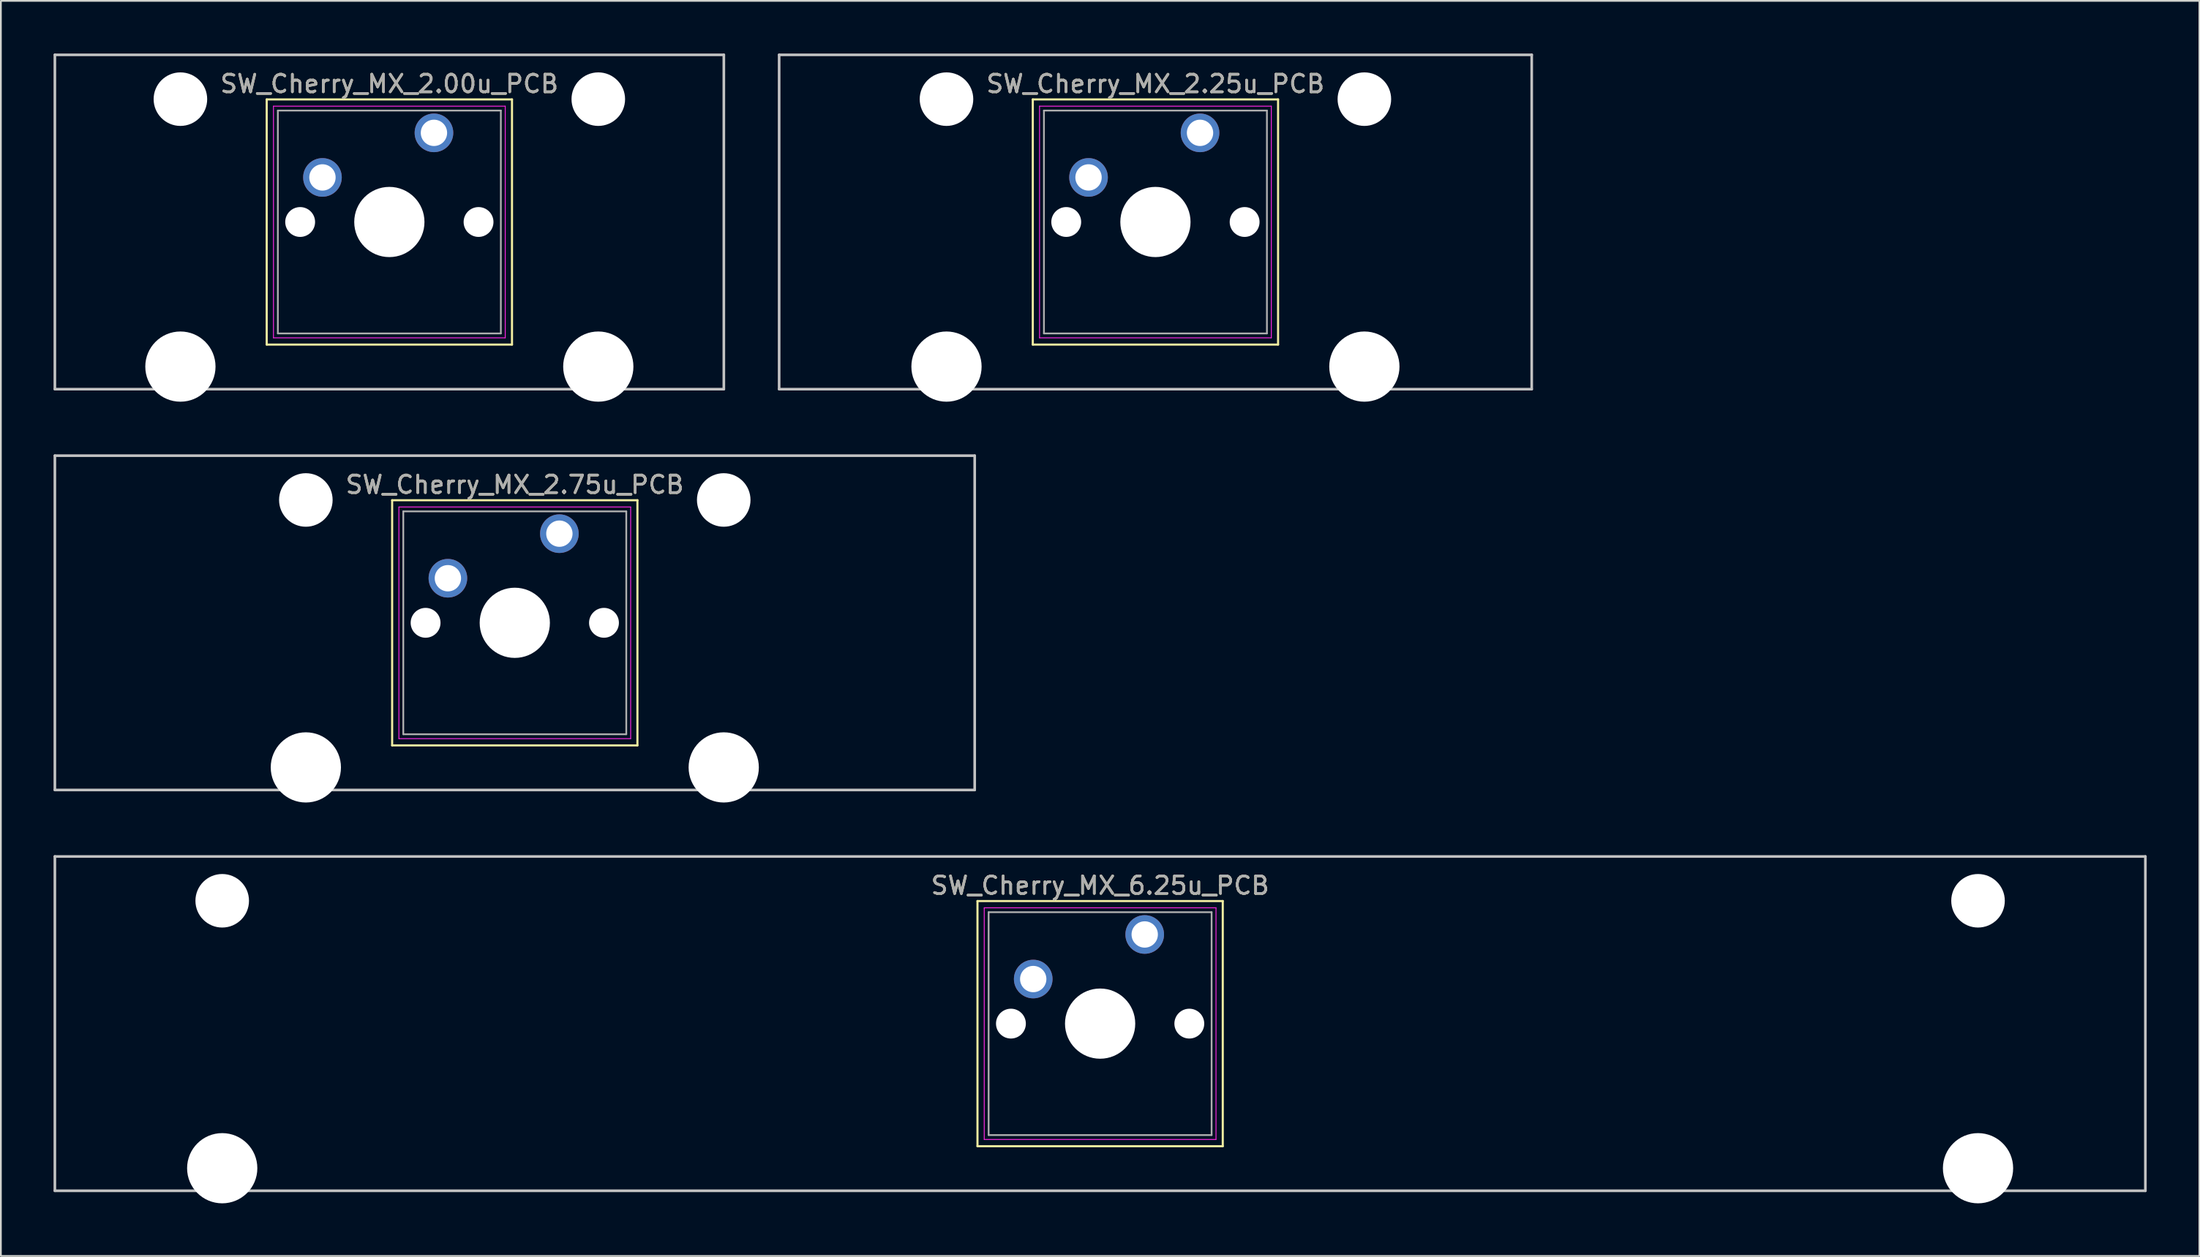
<source format=kicad_pcb>
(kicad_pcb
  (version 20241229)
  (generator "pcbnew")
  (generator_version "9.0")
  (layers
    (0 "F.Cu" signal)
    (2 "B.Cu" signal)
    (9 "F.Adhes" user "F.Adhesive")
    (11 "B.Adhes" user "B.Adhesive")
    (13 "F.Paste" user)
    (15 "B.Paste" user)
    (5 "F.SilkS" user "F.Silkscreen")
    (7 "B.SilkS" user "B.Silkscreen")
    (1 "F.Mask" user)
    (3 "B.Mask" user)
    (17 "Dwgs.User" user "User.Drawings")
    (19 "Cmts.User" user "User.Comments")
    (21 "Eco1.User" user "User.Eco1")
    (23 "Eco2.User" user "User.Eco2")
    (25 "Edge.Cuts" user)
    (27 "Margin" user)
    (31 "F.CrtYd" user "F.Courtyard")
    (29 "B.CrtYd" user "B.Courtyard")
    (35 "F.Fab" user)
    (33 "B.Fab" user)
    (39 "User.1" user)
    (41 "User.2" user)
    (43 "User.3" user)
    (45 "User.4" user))
  (footprint "SW_Cherry_MX_2.75u_PCB"
    (layer "F.Cu")
    (at 28.809 27.36)
    (property "Reference" "SW_Cherry_MX_2.75u_PCB" (at -2.54 -2.794 0) (layer "F.SilkS") (effects (font (size 1 1) (thickness 0.15))))
    (attr through_hole)
    (fp_line (start -9.525 -1.905) (end 4.445 -1.905) (stroke (width 0.12) (type solid)) (layer "F.SilkS"))
    (fp_line (start -9.525 12.065) (end -9.525 -1.905) (stroke (width 0.12) (type solid)) (layer "F.SilkS"))
    (fp_line (start 4.445 -1.905) (end 4.445 12.065) (stroke (width 0.12) (type solid)) (layer "F.SilkS"))
    (fp_line (start 4.445 12.065) (end -9.525 12.065) (stroke (width 0.12) (type solid)) (layer "F.SilkS"))
    (fp_line (start -28.734 -4.445) (end 23.654 -4.445) (stroke (width 0.15) (type solid)) (layer "Dwgs.User"))
    (fp_line (start -28.734 14.605) (end -28.734 -4.445) (stroke (width 0.15) (type solid)) (layer "Dwgs.User"))
    (fp_line (start 23.654 -4.445) (end 23.654 14.605) (stroke (width 0.15) (type solid)) (layer "Dwgs.User"))
    (fp_line (start 23.654 14.605) (end -28.734 14.605) (stroke (width 0.15) (type solid)) (layer "Dwgs.User"))
    (fp_line (start -9.14 -1.52) (end 4.06 -1.52) (stroke (width 0.05) (type solid)) (layer "F.CrtYd"))
    (fp_line (start -9.14 11.68) (end -9.14 -1.52) (stroke (width 0.05) (type solid)) (layer "F.CrtYd"))
    (fp_line (start 4.06 -1.52) (end 4.06 11.68) (stroke (width 0.05) (type solid)) (layer "F.CrtYd"))
    (fp_line (start 4.06 11.68) (end -9.14 11.68) (stroke (width 0.05) (type solid)) (layer "F.CrtYd"))
    (fp_line (start -8.89 -1.27) (end 3.81 -1.27) (stroke (width 0.1) (type solid)) (layer "F.Fab"))
    (fp_line (start -8.89 11.43) (end -8.89 -1.27) (stroke (width 0.1) (type solid)) (layer "F.Fab"))
    (fp_line (start 3.81 -1.27) (end 3.81 11.43) (stroke (width 0.1) (type solid)) (layer "F.Fab"))
    (fp_line (start 3.81 11.43) (end -8.89 11.43) (stroke (width 0.1) (type solid)) (layer "F.Fab"))
    (fp_text user "${REFERENCE}" (at -2.54 -2.794 0) (layer "F.Fab") (effects (font (size 1 1) (thickness 0.15))))
    (pad "" np_thru_hole circle (at -14.44 -1.92) (size 3.05 3.05) (drill 3.05) (layers "*.Cu" "*.Mask"))
    (pad "" np_thru_hole circle (at -14.44 13.32) (size 4 4) (drill 4) (layers "*.Cu" "*.Mask"))
    (pad "" np_thru_hole circle (at -7.62 5.08) (size 1.7 1.7) (drill 1.7) (layers "*.Cu" "*.Mask"))
    (pad "" np_thru_hole circle (at -2.54 5.08) (size 4 4) (drill 4) (layers "*.Cu" "*.Mask"))
    (pad "" np_thru_hole circle (at 2.54 5.08) (size 1.7 1.7) (drill 1.7) (layers "*.Cu" "*.Mask"))
    (pad "" np_thru_hole circle (at 9.36 -1.92) (size 3.05 3.05) (drill 3.05) (layers "*.Cu" "*.Mask"))
    (pad "" np_thru_hole circle (at 9.36 13.32) (size 4 4) (drill 4) (layers "*.Cu" "*.Mask"))
    (pad "1" thru_hole circle (at 0 0) (size 2.2 2.2) (drill 1.5) (layers "*.Cu" "*.Mask"))
    (pad "2" thru_hole circle (at -6.35 2.54) (size 2.2 2.2) (drill 1.5) (layers "*.Cu" "*.Mask")))
  (footprint "SW_Cherry_MX_6.25u_PCB"
    (layer "F.Cu")
    (at 62.146 50.2)
    (property "Reference" "SW_Cherry_MX_6.25u_PCB" (at -2.54 -2.794 0) (layer "F.SilkS") (effects (font (size 1 1) (thickness 0.15))))
    (attr through_hole)
    (fp_line (start -9.525 -1.905) (end 4.445 -1.905) (stroke (width 0.12) (type solid)) (layer "F.SilkS"))
    (fp_line (start -9.525 12.065) (end -9.525 -1.905) (stroke (width 0.12) (type solid)) (layer "F.SilkS"))
    (fp_line (start 4.445 -1.905) (end 4.445 12.065) (stroke (width 0.12) (type solid)) (layer "F.SilkS"))
    (fp_line (start 4.445 12.065) (end -9.525 12.065) (stroke (width 0.12) (type solid)) (layer "F.SilkS"))
    (fp_line (start -62.071 -4.445) (end 56.991 -4.445) (stroke (width 0.15) (type solid)) (layer "Dwgs.User"))
    (fp_line (start -62.071 14.605) (end -62.071 -4.445) (stroke (width 0.15) (type solid)) (layer "Dwgs.User"))
    (fp_line (start 56.991 -4.445) (end 56.991 14.605) (stroke (width 0.15) (type solid)) (layer "Dwgs.User"))
    (fp_line (start 56.991 14.605) (end -62.071 14.605) (stroke (width 0.15) (type solid)) (layer "Dwgs.User"))
    (fp_line (start -9.14 -1.52) (end 4.06 -1.52) (stroke (width 0.05) (type solid)) (layer "F.CrtYd"))
    (fp_line (start -9.14 11.68) (end -9.14 -1.52) (stroke (width 0.05) (type solid)) (layer "F.CrtYd"))
    (fp_line (start 4.06 -1.52) (end 4.06 11.68) (stroke (width 0.05) (type solid)) (layer "F.CrtYd"))
    (fp_line (start 4.06 11.68) (end -9.14 11.68) (stroke (width 0.05) (type solid)) (layer "F.CrtYd"))
    (fp_line (start -8.89 -1.27) (end 3.81 -1.27) (stroke (width 0.1) (type solid)) (layer "F.Fab"))
    (fp_line (start -8.89 11.43) (end -8.89 -1.27) (stroke (width 0.1) (type solid)) (layer "F.Fab"))
    (fp_line (start 3.81 -1.27) (end 3.81 11.43) (stroke (width 0.1) (type solid)) (layer "F.Fab"))
    (fp_line (start 3.81 11.43) (end -8.89 11.43) (stroke (width 0.1) (type solid)) (layer "F.Fab"))
    (fp_text user "${REFERENCE}" (at -2.54 -2.794 0) (layer "F.Fab") (effects (font (size 1 1) (thickness 0.15))))
    (pad "" np_thru_hole circle (at -52.54 -1.92) (size 3.05 3.05) (drill 3.05) (layers "*.Cu" "*.Mask"))
    (pad "" np_thru_hole circle (at -52.54 13.32) (size 4 4) (drill 4) (layers "*.Cu" "*.Mask"))
    (pad "" np_thru_hole circle (at -7.62 5.08) (size 1.7 1.7) (drill 1.7) (layers "*.Cu" "*.Mask"))
    (pad "" np_thru_hole circle (at -2.54 5.08) (size 4 4) (drill 4) (layers "*.Cu" "*.Mask"))
    (pad "" np_thru_hole circle (at 2.54 5.08) (size 1.7 1.7) (drill 1.7) (layers "*.Cu" "*.Mask"))
    (pad "" np_thru_hole circle (at 47.46 -1.92) (size 3.05 3.05) (drill 3.05) (layers "*.Cu" "*.Mask"))
    (pad "" np_thru_hole circle (at 47.46 13.32) (size 4 4) (drill 4) (layers "*.Cu" "*.Mask"))
    (pad "1" thru_hole circle (at 0 0) (size 2.2 2.2) (drill 1.5) (layers "*.Cu" "*.Mask"))
    (pad "2" thru_hole circle (at -6.35 2.54) (size 2.2 2.2) (drill 1.5) (layers "*.Cu" "*.Mask")))
  (footprint "SW_Cherry_MX_2.25u_PCB"
    (layer "F.Cu")
    (at 65.296 4.52)
    (property "Reference" "SW_Cherry_MX_2.25u_PCB" (at -2.54 -2.794 0) (layer "F.SilkS") (effects (font (size 1 1) (thickness 0.15))))
    (attr through_hole)
    (fp_line (start -9.525 -1.905) (end 4.445 -1.905) (stroke (width 0.12) (type solid)) (layer "F.SilkS"))
    (fp_line (start -9.525 12.065) (end -9.525 -1.905) (stroke (width 0.12) (type solid)) (layer "F.SilkS"))
    (fp_line (start 4.445 -1.905) (end 4.445 12.065) (stroke (width 0.12) (type solid)) (layer "F.SilkS"))
    (fp_line (start 4.445 12.065) (end -9.525 12.065) (stroke (width 0.12) (type solid)) (layer "F.SilkS"))
    (fp_line (start -23.971 -4.445) (end 18.891 -4.445) (stroke (width 0.15) (type solid)) (layer "Dwgs.User"))
    (fp_line (start -23.971 14.605) (end -23.971 -4.445) (stroke (width 0.15) (type solid)) (layer "Dwgs.User"))
    (fp_line (start 18.891 -4.445) (end 18.891 14.605) (stroke (width 0.15) (type solid)) (layer "Dwgs.User"))
    (fp_line (start 18.891 14.605) (end -23.971 14.605) (stroke (width 0.15) (type solid)) (layer "Dwgs.User"))
    (fp_line (start -9.14 -1.52) (end 4.06 -1.52) (stroke (width 0.05) (type solid)) (layer "F.CrtYd"))
    (fp_line (start -9.14 11.68) (end -9.14 -1.52) (stroke (width 0.05) (type solid)) (layer "F.CrtYd"))
    (fp_line (start 4.06 -1.52) (end 4.06 11.68) (stroke (width 0.05) (type solid)) (layer "F.CrtYd"))
    (fp_line (start 4.06 11.68) (end -9.14 11.68) (stroke (width 0.05) (type solid)) (layer "F.CrtYd"))
    (fp_line (start -8.89 -1.27) (end 3.81 -1.27) (stroke (width 0.1) (type solid)) (layer "F.Fab"))
    (fp_line (start -8.89 11.43) (end -8.89 -1.27) (stroke (width 0.1) (type solid)) (layer "F.Fab"))
    (fp_line (start 3.81 -1.27) (end 3.81 11.43) (stroke (width 0.1) (type solid)) (layer "F.Fab"))
    (fp_line (start 3.81 11.43) (end -8.89 11.43) (stroke (width 0.1) (type solid)) (layer "F.Fab"))
    (fp_text user "${REFERENCE}" (at -2.54 -2.794 0) (layer "F.Fab") (effects (font (size 1 1) (thickness 0.15))))
    (pad "" np_thru_hole circle (at -14.44 -1.92) (size 3.05 3.05) (drill 3.05) (layers "*.Cu" "*.Mask"))
    (pad "" np_thru_hole circle (at -14.44 13.32) (size 4 4) (drill 4) (layers "*.Cu" "*.Mask"))
    (pad "" np_thru_hole circle (at -7.62 5.08) (size 1.7 1.7) (drill 1.7) (layers "*.Cu" "*.Mask"))
    (pad "" np_thru_hole circle (at -2.54 5.08) (size 4 4) (drill 4) (layers "*.Cu" "*.Mask"))
    (pad "" np_thru_hole circle (at 2.54 5.08) (size 1.7 1.7) (drill 1.7) (layers "*.Cu" "*.Mask"))
    (pad "" np_thru_hole circle (at 9.36 -1.92) (size 3.05 3.05) (drill 3.05) (layers "*.Cu" "*.Mask"))
    (pad "" np_thru_hole circle (at 9.36 13.32) (size 4 4) (drill 4) (layers "*.Cu" "*.Mask"))
    (pad "1" thru_hole circle (at 0 0) (size 2.2 2.2) (drill 1.5) (layers "*.Cu" "*.Mask"))
    (pad "2" thru_hole circle (at -6.35 2.54) (size 2.2 2.2) (drill 1.5) (layers "*.Cu" "*.Mask")))
  (footprint "SW_Cherry_MX_2.00u_PCB"
    (layer "F.Cu")
    (at 21.665 4.52)
    (property "Reference" "SW_Cherry_MX_2.00u_PCB" (at -2.54 -2.794 0) (layer "F.SilkS") (effects (font (size 1 1) (thickness 0.15))))
    (attr through_hole)
    (fp_line (start -9.525 -1.905) (end 4.445 -1.905) (stroke (width 0.12) (type solid)) (layer "F.SilkS"))
    (fp_line (start -9.525 12.065) (end -9.525 -1.905) (stroke (width 0.12) (type solid)) (layer "F.SilkS"))
    (fp_line (start 4.445 -1.905) (end 4.445 12.065) (stroke (width 0.12) (type solid)) (layer "F.SilkS"))
    (fp_line (start 4.445 12.065) (end -9.525 12.065) (stroke (width 0.12) (type solid)) (layer "F.SilkS"))
    (fp_line (start -21.59 -4.445) (end 16.51 -4.445) (stroke (width 0.15) (type solid)) (layer "Dwgs.User"))
    (fp_line (start -21.59 14.605) (end -21.59 -4.445) (stroke (width 0.15) (type solid)) (layer "Dwgs.User"))
    (fp_line (start 16.51 -4.445) (end 16.51 14.605) (stroke (width 0.15) (type solid)) (layer "Dwgs.User"))
    (fp_line (start 16.51 14.605) (end -21.59 14.605) (stroke (width 0.15) (type solid)) (layer "Dwgs.User"))
    (fp_line (start -9.14 -1.52) (end 4.06 -1.52) (stroke (width 0.05) (type solid)) (layer "F.CrtYd"))
    (fp_line (start -9.14 11.68) (end -9.14 -1.52) (stroke (width 0.05) (type solid)) (layer "F.CrtYd"))
    (fp_line (start 4.06 -1.52) (end 4.06 11.68) (stroke (width 0.05) (type solid)) (layer "F.CrtYd"))
    (fp_line (start 4.06 11.68) (end -9.14 11.68) (stroke (width 0.05) (type solid)) (layer "F.CrtYd"))
    (fp_line (start -8.89 -1.27) (end 3.81 -1.27) (stroke (width 0.1) (type solid)) (layer "F.Fab"))
    (fp_line (start -8.89 11.43) (end -8.89 -1.27) (stroke (width 0.1) (type solid)) (layer "F.Fab"))
    (fp_line (start 3.81 -1.27) (end 3.81 11.43) (stroke (width 0.1) (type solid)) (layer "F.Fab"))
    (fp_line (start 3.81 11.43) (end -8.89 11.43) (stroke (width 0.1) (type solid)) (layer "F.Fab"))
    (fp_text user "${REFERENCE}" (at -2.54 -2.794 0) (layer "F.Fab") (effects (font (size 1 1) (thickness 0.15))))
    (pad "" np_thru_hole circle (at -14.44 -1.92) (size 3.05 3.05) (drill 3.05) (layers "*.Cu" "*.Mask"))
    (pad "" np_thru_hole circle (at -14.44 13.32) (size 4 4) (drill 4) (layers "*.Cu" "*.Mask"))
    (pad "" np_thru_hole circle (at -7.62 5.08) (size 1.7 1.7) (drill 1.7) (layers "*.Cu" "*.Mask"))
    (pad "" np_thru_hole circle (at -2.54 5.08) (size 4 4) (drill 4) (layers "*.Cu" "*.Mask"))
    (pad "" np_thru_hole circle (at 2.54 5.08) (size 1.7 1.7) (drill 1.7) (layers "*.Cu" "*.Mask"))
    (pad "" np_thru_hole circle (at 9.36 -1.92) (size 3.05 3.05) (drill 3.05) (layers "*.Cu" "*.Mask"))
    (pad "" np_thru_hole circle (at 9.36 13.32) (size 4 4) (drill 4) (layers "*.Cu" "*.Mask"))
    (pad "1" thru_hole circle (at 0 0) (size 2.2 2.2) (drill 1.5) (layers "*.Cu" "*.Mask"))
    (pad "2" thru_hole circle (at -6.35 2.54) (size 2.2 2.2) (drill 1.5) (layers "*.Cu" "*.Mask")))
  (gr_rect
    (start -3 -3)
    (end 122.213 68.52)
    (stroke (width 0.1) (type default))
    (fill no)
    (layer "Edge.Cuts")))
</source>
